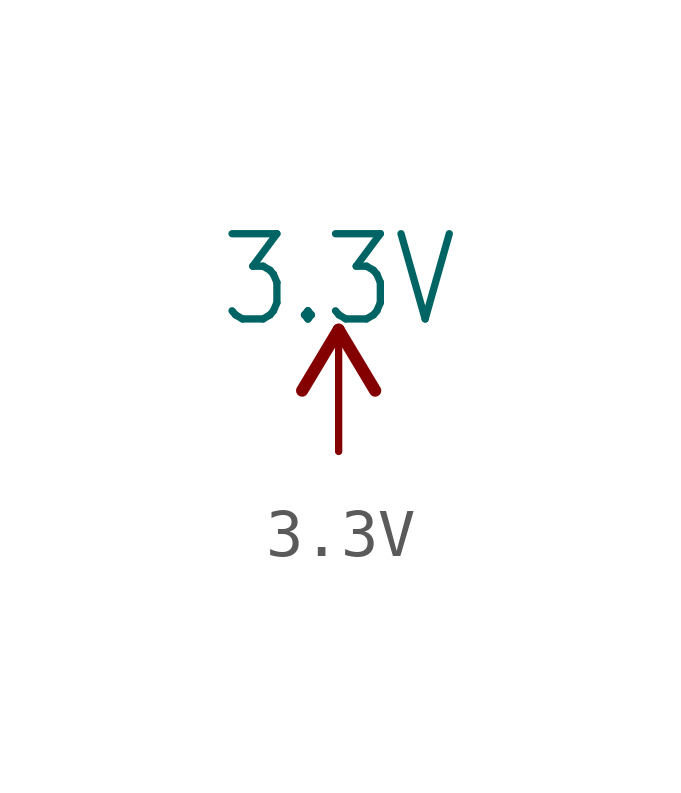
<source format=kicad_sym>
(kicad_symbol_lib
  (version 20211014)
  (generator kicad_symbol_editor)
  (symbol "3.3V"
    (power)
    (property "Reference" "#3.3V"
      (at 0 0 0)
      (effects (font (size 1.27 1.27)) hide))
    (property "Value" "3.3V"
      (at -2.54 0 0)
      (effects (font (size 1.778 1.511)) (justify left bottom)))
    (property "ki_locked" ""
      (at 0 0 0)
      (effects (font (size 1.27 1.27))))
    (symbol "3.3V_1_0"
      (polyline (pts (xy 0 0) (xy -0.762 -1.27)) (stroke (width 0.254) (type default) (color 0 0 0 0)) (fill (type none)))
      (polyline (pts (xy 0.762 -1.27) (xy 0 0)) (stroke (width 0.254) (type default) (color 0 0 0 0)) (fill (type none)))
      (pin power_in line (at 0 -2.54 90) (length 2.54) (name "3.3V" (effects (font (size 0 0)))) (number "1" (effects (font (size 0 0))))))))
</source>
